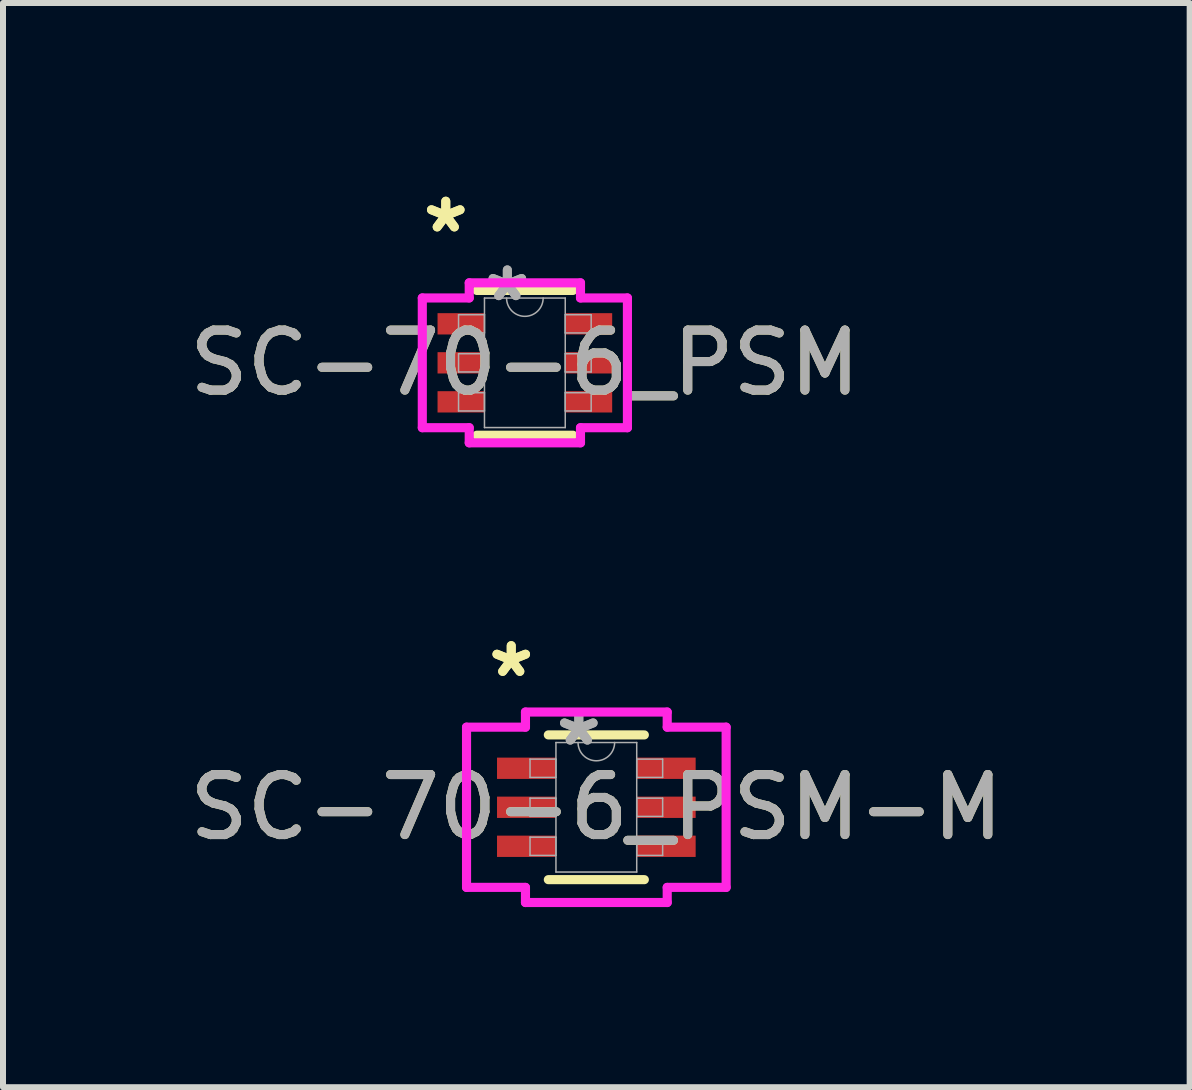
<source format=kicad_pcb>
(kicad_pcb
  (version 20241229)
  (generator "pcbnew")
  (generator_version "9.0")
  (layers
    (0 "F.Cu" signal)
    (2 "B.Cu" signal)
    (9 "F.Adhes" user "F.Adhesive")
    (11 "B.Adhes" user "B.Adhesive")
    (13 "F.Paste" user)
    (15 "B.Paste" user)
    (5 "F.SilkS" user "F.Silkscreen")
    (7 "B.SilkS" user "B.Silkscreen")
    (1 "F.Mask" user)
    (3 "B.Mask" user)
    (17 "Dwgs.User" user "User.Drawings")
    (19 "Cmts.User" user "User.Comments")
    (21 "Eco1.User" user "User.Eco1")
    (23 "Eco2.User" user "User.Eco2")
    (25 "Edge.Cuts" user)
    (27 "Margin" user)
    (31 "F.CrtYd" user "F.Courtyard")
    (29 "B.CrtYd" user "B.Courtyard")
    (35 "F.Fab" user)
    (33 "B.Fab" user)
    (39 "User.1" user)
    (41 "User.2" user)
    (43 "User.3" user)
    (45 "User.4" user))
  (footprint "SC-70-6_PSM"
    (layer "F.Cu")
    (at 5.696 2.996)
    (property "Reference" "SC-70-6_PSM" (at 0 0 0) (unlocked yes) (layer "F.SilkS") (effects (font (size 1 1) (thickness 0.15))))
    (attr smd)
    (fp_line (start -0.8 1.206) (end 0.8 1.206) (stroke (width 0.152) (type solid)) (layer "F.SilkS"))
    (fp_line (start 0.8 -1.206) (end -0.8 -1.206) (stroke (width 0.152) (type solid)) (layer "F.SilkS"))
    (fp_line (start -1.709 -1.081) (end -0.927 -1.081) (stroke (width 0.152) (type solid)) (layer "F.CrtYd"))
    (fp_line (start -1.709 1.081) (end -1.709 -1.081) (stroke (width 0.152) (type solid)) (layer "F.CrtYd"))
    (fp_line (start -1.709 1.081) (end -0.927 1.081) (stroke (width 0.152) (type solid)) (layer "F.CrtYd"))
    (fp_line (start -0.927 -1.333) (end 0.927 -1.333) (stroke (width 0.152) (type solid)) (layer "F.CrtYd"))
    (fp_line (start -0.927 -1.081) (end -0.927 -1.333) (stroke (width 0.152) (type solid)) (layer "F.CrtYd"))
    (fp_line (start -0.927 1.333) (end -0.927 1.081) (stroke (width 0.152) (type solid)) (layer "F.CrtYd"))
    (fp_line (start 0.927 -1.333) (end 0.927 -1.081) (stroke (width 0.152) (type solid)) (layer "F.CrtYd"))
    (fp_line (start 0.927 1.081) (end 0.927 1.333) (stroke (width 0.152) (type solid)) (layer "F.CrtYd"))
    (fp_line (start 0.927 1.333) (end -0.927 1.333) (stroke (width 0.152) (type solid)) (layer "F.CrtYd"))
    (fp_line (start 1.709 -1.081) (end 0.927 -1.081) (stroke (width 0.152) (type solid)) (layer "F.CrtYd"))
    (fp_line (start 1.709 -1.081) (end 1.709 1.081) (stroke (width 0.152) (type solid)) (layer "F.CrtYd"))
    (fp_line (start 1.709 1.081) (end 0.927 1.081) (stroke (width 0.152) (type solid)) (layer "F.CrtYd"))
    (fp_line (start -1.105 -0.802) (end -1.105 -0.498) (stroke (width 0.025) (type solid)) (layer "F.Fab"))
    (fp_line (start -1.105 -0.498) (end -0.673 -0.498) (stroke (width 0.025) (type solid)) (layer "F.Fab"))
    (fp_line (start -1.105 -0.152) (end -1.105 0.152) (stroke (width 0.025) (type solid)) (layer "F.Fab"))
    (fp_line (start -1.105 0.152) (end -0.673 0.152) (stroke (width 0.025) (type solid)) (layer "F.Fab"))
    (fp_line (start -1.105 0.498) (end -1.105 0.802) (stroke (width 0.025) (type solid)) (layer "F.Fab"))
    (fp_line (start -1.105 0.802) (end -0.673 0.802) (stroke (width 0.025) (type solid)) (layer "F.Fab"))
    (fp_line (start -0.673 -1.079) (end -0.673 1.079) (stroke (width 0.025) (type solid)) (layer "F.Fab"))
    (fp_line (start -0.673 -0.802) (end -1.105 -0.802) (stroke (width 0.025) (type solid)) (layer "F.Fab"))
    (fp_line (start -0.673 -0.498) (end -0.673 -0.802) (stroke (width 0.025) (type solid)) (layer "F.Fab"))
    (fp_line (start -0.673 -0.152) (end -1.105 -0.152) (stroke (width 0.025) (type solid)) (layer "F.Fab"))
    (fp_line (start -0.673 0.152) (end -0.673 -0.152) (stroke (width 0.025) (type solid)) (layer "F.Fab"))
    (fp_line (start -0.673 0.498) (end -1.105 0.498) (stroke (width 0.025) (type solid)) (layer "F.Fab"))
    (fp_line (start -0.673 0.802) (end -0.673 0.498) (stroke (width 0.025) (type solid)) (layer "F.Fab"))
    (fp_line (start -0.673 1.079) (end 0.673 1.079) (stroke (width 0.025) (type solid)) (layer "F.Fab"))
    (fp_line (start 0.673 -1.079) (end -0.673 -1.079) (stroke (width 0.025) (type solid)) (layer "F.Fab"))
    (fp_line (start 0.673 -0.802) (end 0.673 -0.498) (stroke (width 0.025) (type solid)) (layer "F.Fab"))
    (fp_line (start 0.673 -0.498) (end 1.105 -0.498) (stroke (width 0.025) (type solid)) (layer "F.Fab"))
    (fp_line (start 0.673 -0.152) (end 0.673 0.152) (stroke (width 0.025) (type solid)) (layer "F.Fab"))
    (fp_line (start 0.673 0.152) (end 1.105 0.152) (stroke (width 0.025) (type solid)) (layer "F.Fab"))
    (fp_line (start 0.673 0.498) (end 0.673 0.802) (stroke (width 0.025) (type solid)) (layer "F.Fab"))
    (fp_line (start 0.673 0.802) (end 1.105 0.802) (stroke (width 0.025) (type solid)) (layer "F.Fab"))
    (fp_line (start 0.673 1.079) (end 0.673 -1.079) (stroke (width 0.025) (type solid)) (layer "F.Fab"))
    (fp_line (start 1.105 -0.802) (end 0.673 -0.802) (stroke (width 0.025) (type solid)) (layer "F.Fab"))
    (fp_line (start 1.105 -0.498) (end 1.105 -0.802) (stroke (width 0.025) (type solid)) (layer "F.Fab"))
    (fp_line (start 1.105 -0.152) (end 0.673 -0.152) (stroke (width 0.025) (type solid)) (layer "F.Fab"))
    (fp_line (start 1.105 0.152) (end 1.105 -0.152) (stroke (width 0.025) (type solid)) (layer "F.Fab"))
    (fp_line (start 1.105 0.498) (end 0.673 0.498) (stroke (width 0.025) (type solid)) (layer "F.Fab"))
    (fp_line (start 1.105 0.802) (end 1.105 0.498) (stroke (width 0.025) (type solid)) (layer "F.Fab"))
    (fp_arc (start 0.3048 -1.0795) (mid 0 -0.7747) (end -0.3048 -1.0795) (stroke (width 0.0254) (type solid)) (layer "F.Fab"))
    (fp_text user "*" (at -1.318 -2.148 0) (unlocked yes) (layer "F.SilkS") (effects (font (size 1 1) (thickness 0.15))))
    (fp_text user "*" (at -1.318 -2.148 0) (layer "F.SilkS") (effects (font (size 1 1) (thickness 0.15))))
    (fp_text user "${REFERENCE}" (at 0 0 0) (unlocked yes) (layer "F.Fab") (effects (font (size 1 1) (thickness 0.15))))
    (fp_text user "*" (at -0.292 -1.003 0) (layer "F.Fab") (effects (font (size 1 1) (thickness 0.15))))
    (fp_text user "*" (at -0.292 -1.003 0) (unlocked yes) (layer "F.Fab") (effects (font (size 1 1) (thickness 0.15))))
    (pad "1" smd rect (at -1.064 -0.65) (size 0.782 0.355) (layers "F.Cu" "F.Mask" "F.Paste"))
    (pad "2" smd rect (at -1.064 0) (size 0.782 0.355) (layers "F.Cu" "F.Mask" "F.Paste"))
    (pad "3" smd rect (at -1.064 0.65) (size 0.782 0.355) (layers "F.Cu" "F.Mask" "F.Paste"))
    (pad "4" smd rect (at 1.064 0.65) (size 0.782 0.355) (layers "F.Cu" "F.Mask" "F.Paste"))
    (pad "5" smd rect (at 1.064 0) (size 0.782 0.355) (layers "F.Cu" "F.Mask" "F.Paste"))
    (pad "6" smd rect (at 1.064 -0.65) (size 0.782 0.355) (layers "F.Cu" "F.Mask" "F.Paste")))
  (footprint "SC-70-6_PSM-M"
    (layer "F.Cu")
    (at 6.887 10.402)
    (property "Reference" "SC-70-6_PSM-M" (at 0 0 0) (unlocked yes) (layer "F.SilkS") (effects (font (size 1 1) (thickness 0.15))))
    (attr smd)
    (fp_line (start -0.8 1.206) (end 0.8 1.206) (stroke (width 0.152) (type solid)) (layer "F.SilkS"))
    (fp_line (start 0.8 -1.206) (end -0.8 -1.206) (stroke (width 0.152) (type solid)) (layer "F.SilkS"))
    (fp_line (start -2.163 -1.335) (end -1.181 -1.335) (stroke (width 0.152) (type solid)) (layer "F.CrtYd"))
    (fp_line (start -2.163 1.335) (end -2.163 -1.335) (stroke (width 0.152) (type solid)) (layer "F.CrtYd"))
    (fp_line (start -2.163 1.335) (end -1.181 1.335) (stroke (width 0.152) (type solid)) (layer "F.CrtYd"))
    (fp_line (start -1.181 -1.587) (end 1.181 -1.587) (stroke (width 0.152) (type solid)) (layer "F.CrtYd"))
    (fp_line (start -1.181 -1.335) (end -1.181 -1.587) (stroke (width 0.152) (type solid)) (layer "F.CrtYd"))
    (fp_line (start -1.181 1.587) (end -1.181 1.335) (stroke (width 0.152) (type solid)) (layer "F.CrtYd"))
    (fp_line (start 1.181 -1.587) (end 1.181 -1.335) (stroke (width 0.152) (type solid)) (layer "F.CrtYd"))
    (fp_line (start 1.181 1.335) (end 1.181 1.587) (stroke (width 0.152) (type solid)) (layer "F.CrtYd"))
    (fp_line (start 1.181 1.587) (end -1.181 1.587) (stroke (width 0.152) (type solid)) (layer "F.CrtYd"))
    (fp_line (start 2.163 -1.335) (end 1.181 -1.335) (stroke (width 0.152) (type solid)) (layer "F.CrtYd"))
    (fp_line (start 2.163 -1.335) (end 2.163 1.335) (stroke (width 0.152) (type solid)) (layer "F.CrtYd"))
    (fp_line (start 2.163 1.335) (end 1.181 1.335) (stroke (width 0.152) (type solid)) (layer "F.CrtYd"))
    (fp_line (start -1.105 -0.802) (end -1.105 -0.498) (stroke (width 0.025) (type solid)) (layer "F.Fab"))
    (fp_line (start -1.105 -0.498) (end -0.673 -0.498) (stroke (width 0.025) (type solid)) (layer "F.Fab"))
    (fp_line (start -1.105 -0.152) (end -1.105 0.152) (stroke (width 0.025) (type solid)) (layer "F.Fab"))
    (fp_line (start -1.105 0.152) (end -0.673 0.152) (stroke (width 0.025) (type solid)) (layer "F.Fab"))
    (fp_line (start -1.105 0.498) (end -1.105 0.802) (stroke (width 0.025) (type solid)) (layer "F.Fab"))
    (fp_line (start -1.105 0.802) (end -0.673 0.802) (stroke (width 0.025) (type solid)) (layer "F.Fab"))
    (fp_line (start -0.673 -1.079) (end -0.673 1.079) (stroke (width 0.025) (type solid)) (layer "F.Fab"))
    (fp_line (start -0.673 -0.802) (end -1.105 -0.802) (stroke (width 0.025) (type solid)) (layer "F.Fab"))
    (fp_line (start -0.673 -0.498) (end -0.673 -0.802) (stroke (width 0.025) (type solid)) (layer "F.Fab"))
    (fp_line (start -0.673 -0.152) (end -1.105 -0.152) (stroke (width 0.025) (type solid)) (layer "F.Fab"))
    (fp_line (start -0.673 0.152) (end -0.673 -0.152) (stroke (width 0.025) (type solid)) (layer "F.Fab"))
    (fp_line (start -0.673 0.498) (end -1.105 0.498) (stroke (width 0.025) (type solid)) (layer "F.Fab"))
    (fp_line (start -0.673 0.802) (end -0.673 0.498) (stroke (width 0.025) (type solid)) (layer "F.Fab"))
    (fp_line (start -0.673 1.079) (end 0.673 1.079) (stroke (width 0.025) (type solid)) (layer "F.Fab"))
    (fp_line (start 0.673 -1.079) (end -0.673 -1.079) (stroke (width 0.025) (type solid)) (layer "F.Fab"))
    (fp_line (start 0.673 -0.802) (end 0.673 -0.498) (stroke (width 0.025) (type solid)) (layer "F.Fab"))
    (fp_line (start 0.673 -0.498) (end 1.105 -0.498) (stroke (width 0.025) (type solid)) (layer "F.Fab"))
    (fp_line (start 0.673 -0.152) (end 0.673 0.152) (stroke (width 0.025) (type solid)) (layer "F.Fab"))
    (fp_line (start 0.673 0.152) (end 1.105 0.152) (stroke (width 0.025) (type solid)) (layer "F.Fab"))
    (fp_line (start 0.673 0.498) (end 0.673 0.802) (stroke (width 0.025) (type solid)) (layer "F.Fab"))
    (fp_line (start 0.673 0.802) (end 1.105 0.802) (stroke (width 0.025) (type solid)) (layer "F.Fab"))
    (fp_line (start 0.673 1.079) (end 0.673 -1.079) (stroke (width 0.025) (type solid)) (layer "F.Fab"))
    (fp_line (start 1.105 -0.802) (end 0.673 -0.802) (stroke (width 0.025) (type solid)) (layer "F.Fab"))
    (fp_line (start 1.105 -0.498) (end 1.105 -0.802) (stroke (width 0.025) (type solid)) (layer "F.Fab"))
    (fp_line (start 1.105 -0.152) (end 0.673 -0.152) (stroke (width 0.025) (type solid)) (layer "F.Fab"))
    (fp_line (start 1.105 0.152) (end 1.105 -0.152) (stroke (width 0.025) (type solid)) (layer "F.Fab"))
    (fp_line (start 1.105 0.498) (end 0.673 0.498) (stroke (width 0.025) (type solid)) (layer "F.Fab"))
    (fp_line (start 1.105 0.802) (end 1.105 0.498) (stroke (width 0.025) (type solid)) (layer "F.Fab"))
    (fp_arc (start 0.3048 -1.0795) (mid 0 -0.7747) (end -0.3048 -1.0795) (stroke (width 0.0254) (type solid)) (layer "F.Fab"))
    (fp_text user "*" (at -1.418 -2.148 0) (layer "F.SilkS") (effects (font (size 1 1) (thickness 0.15))))
    (fp_text user "*" (at -1.418 -2.148 0) (unlocked yes) (layer "F.SilkS") (effects (font (size 1 1) (thickness 0.15))))
    (fp_text user "*" (at -0.292 -1.003 0) (unlocked yes) (layer "F.Fab") (effects (font (size 1 1) (thickness 0.15))))
    (fp_text user "${REFERENCE}" (at 0 0 0) (unlocked yes) (layer "F.Fab") (effects (font (size 1 1) (thickness 0.15))))
    (fp_text user "*" (at -0.292 -1.003 0) (layer "F.Fab") (effects (font (size 1 1) (thickness 0.15))))
    (pad "1" smd rect (at -1.164 -0.65) (size 0.982 0.355) (layers "F.Cu" "F.Mask" "F.Paste"))
    (pad "2" smd rect (at -1.164 0) (size 0.982 0.355) (layers "F.Cu" "F.Mask" "F.Paste"))
    (pad "3" smd rect (at -1.164 0.65) (size 0.982 0.355) (layers "F.Cu" "F.Mask" "F.Paste"))
    (pad "4" smd rect (at 1.164 0.65) (size 0.982 0.355) (layers "F.Cu" "F.Mask" "F.Paste"))
    (pad "5" smd rect (at 1.164 0) (size 0.982 0.355) (layers "F.Cu" "F.Mask" "F.Paste"))
    (pad "6" smd rect (at 1.164 -0.65) (size 0.982 0.355) (layers "F.Cu" "F.Mask" "F.Paste")))
  (gr_rect
    (start -3 -3)
    (end 16.774 15.066)
    (stroke (width 0.1) (type default))
    (fill no)
    (layer "Edge.Cuts")))
</source>
